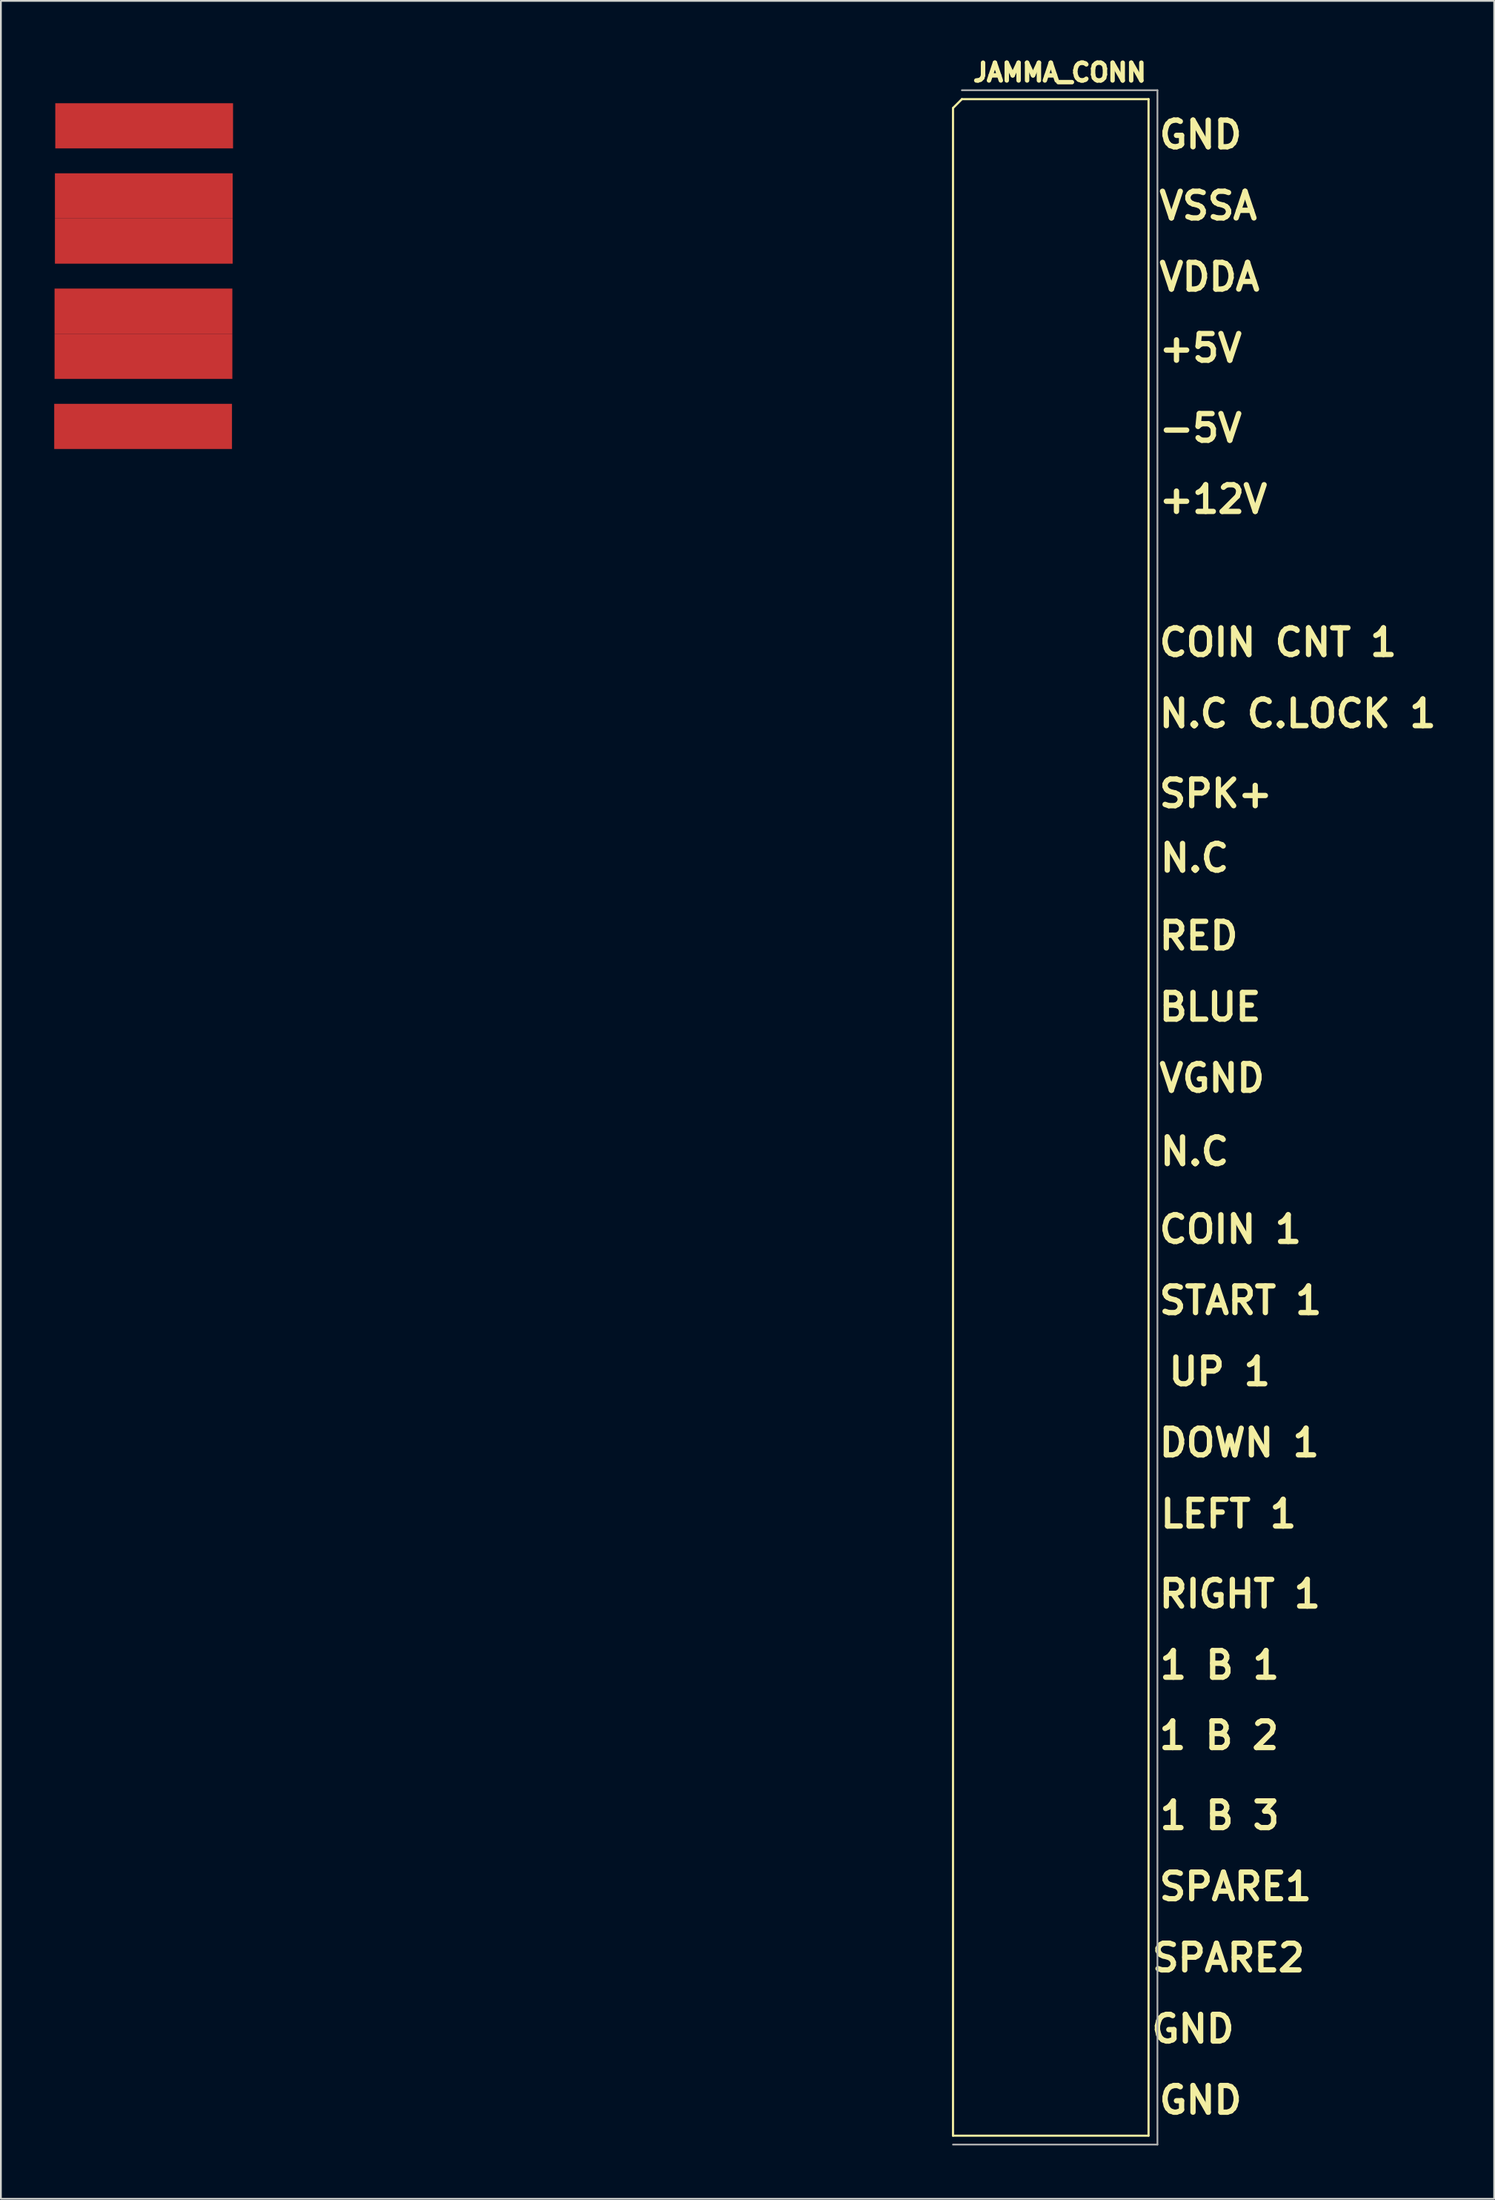
<source format=kicad_pcb>
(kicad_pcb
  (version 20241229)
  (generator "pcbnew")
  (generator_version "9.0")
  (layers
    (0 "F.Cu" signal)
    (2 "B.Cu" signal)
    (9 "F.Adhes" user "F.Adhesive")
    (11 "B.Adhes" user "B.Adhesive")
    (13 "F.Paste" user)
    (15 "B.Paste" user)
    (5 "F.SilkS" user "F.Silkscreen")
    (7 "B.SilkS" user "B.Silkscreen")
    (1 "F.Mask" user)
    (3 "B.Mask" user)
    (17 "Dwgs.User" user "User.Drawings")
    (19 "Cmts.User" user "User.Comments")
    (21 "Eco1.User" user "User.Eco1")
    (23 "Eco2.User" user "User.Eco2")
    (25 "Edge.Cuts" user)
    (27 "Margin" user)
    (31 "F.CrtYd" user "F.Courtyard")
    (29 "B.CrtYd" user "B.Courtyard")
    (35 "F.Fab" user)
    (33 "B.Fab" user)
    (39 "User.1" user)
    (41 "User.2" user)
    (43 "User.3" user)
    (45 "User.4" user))
  (footprint "JAMMA_CONN"
    (layer "F.Cu")
    (at 56.06 59.024)
    (property "Reference" "JAMMA_CONN" (at 0.5 -58 0) (layer "F.SilkS") (effects (font (size 1 1) (thickness 0.25))))
    (attr through_hole)
    (fp_line (start -5.5 -56) (end -5.5 58) (stroke (width 0.12) (type default)) (layer "F.SilkS"))
    (fp_line (start -5.5 -56) (end -5 -56.5) (stroke (width 0.12) (type default)) (layer "F.SilkS"))
    (fp_line (start -5.5 58) (end 5.5 58) (stroke (width 0.12) (type default)) (layer "F.SilkS"))
    (fp_line (start 5.5 -56.5) (end -5 -56.5) (stroke (width 0.12) (type default)) (layer "F.SilkS"))
    (fp_line (start 5.5 58) (end 5.5 -56.5) (stroke (width 0.12) (type default)) (layer "F.SilkS"))
    (fp_line (start -5 -57) (end 6 -57) (stroke (width 0.1) (type default)) (layer "F.Fab"))
    (fp_line (start 6 -57) (end 6 58.5) (stroke (width 0.1) (type default)) (layer "F.Fab"))
    (fp_line (start 6 58.5) (end -5.5 58.5) (stroke (width 0.1) (type default)) (layer "F.Fab"))
    (fp_text user "VGND" (at 9.071 -1.455 0) (layer "F.SilkS") (effects (font (size 1.5 1.5) (thickness 0.3))))
    (fp_text user "N.C C.LOCK 1" (at 13.893 -21.955 0) (layer "F.SilkS") (effects (font (size 1.5 1.5) (thickness 0.3))))
    (fp_text user "1 B 3" (at 9.5 40 0) (layer "F.SilkS") (effects (font (size 1.5 1.5) (thickness 0.3))))
    (fp_text user "GND" (at 8 52 0) (layer "F.SilkS") (effects (font (size 1.5 1.5) (thickness 0.3))))
    (fp_text user "SPARE1" (at 10.393 44 0) (layer "F.SilkS") (effects (font (size 1.5 1.5) (thickness 0.3))))
    (fp_text user "N.C" (at 6 -12.955 0) (unlocked yes) (layer "F.SilkS") (effects (font (size 1.5 1.5) (thickness 0.3) (bold yes)) (justify left bottom)))
    (fp_text user "RED" (at 8.321 -9.455 0) (layer "F.SilkS") (effects (font (size 1.5 1.5) (thickness 0.3))))
    (fp_text user "GND" (at 8.429 56 0) (layer "F.SilkS") (effects (font (size 1.5 1.5) (thickness 0.3))))
    (fp_text user "COIN CNT 1" (at 12.786 -25.955 0) (layer "F.SilkS") (effects (font (size 1.5 1.5) (thickness 0.3))))
    (fp_text user "VDDA" (at 8.929 -46.5 0) (layer "F.SilkS") (effects (font (size 1.5 1.5) (thickness 0.3))))
    (fp_text user "BLUE" (at 8.964 -5.455 0) (layer "F.SilkS") (effects (font (size 1.5 1.5) (thickness 0.3))))
    (fp_text user "RIGHT 1" (at 10.643 27.545 0) (layer "F.SilkS") (effects (font (size 1.5 1.5) (thickness 0.3))))
    (fp_text user "LEFT 1" (at 10 23.045 0) (layer "F.SilkS") (effects (font (size 1.5 1.5) (thickness 0.3))))
    (fp_text user "VSSA" (at 8.857 -50.5 0) (layer "F.SilkS") (effects (font (size 1.5 1.5) (thickness 0.3))))
    (fp_text user "1 B 1" (at 9.5 31.545 0) (layer "F.SilkS") (effects (font (size 1.5 1.5) (thickness 0.3))))
    (fp_text user "GND" (at 8.429 -54.5 0) (layer "F.SilkS") (effects (font (size 1.5 1.5) (thickness 0.3))))
    (fp_text user "-5V" (at 8.429 -38 0) (layer "F.SilkS") (effects (font (size 1.5 1.5) (thickness 0.3))))
    (fp_text user "DOWN 1" (at 10.607 19.045 0) (layer "F.SilkS") (effects (font (size 1.5 1.5) (thickness 0.3))))
    (fp_text user "SPK+" (at 9.286 -17.455 0) (layer "F.SilkS") (effects (font (size 1.5 1.5) (thickness 0.3))))
    (fp_text user "SPARE2" (at 10 48 0) (layer "F.SilkS") (effects (font (size 1.5 1.5) (thickness 0.3))))
    (fp_text user "1 B 2" (at 9.464 35.5 0) (layer "F.SilkS") (effects (font (size 1.5 1.5) (thickness 0.3))))
    (fp_text user "N.C" (at 6 3.545 0) (unlocked yes) (layer "F.SilkS") (effects (font (size 1.5 1.5) (thickness 0.3) (bold yes)) (justify left bottom)))
    (fp_text user "+5V" (at 8.429 -42.5 0) (layer "F.SilkS") (effects (font (size 1.5 1.5) (thickness 0.3))))
    (fp_text user "COIN 1" (at 10.107 7.045 0) (layer "F.SilkS") (effects (font (size 1.5 1.5) (thickness 0.3))))
    (fp_text user "START 1" (at 10.679 11.045 0) (layer "F.SilkS") (effects (font (size 1.5 1.5) (thickness 0.3))))
    (fp_text user "+12V" (at 9.143 -34 0) (layer "F.SilkS") (effects (font (size 1.5 1.5) (thickness 0.3))))
    (fp_text user "UP 1" (at 9.5 15.045 0) (layer "F.SilkS") (effects (font (size 1.5 1.5) (thickness 0.3))))
    (pad "1" connect rect (at -51.04 -42.04 90) (size 2.54 10) (layers "F.Cu" "F.Mask"))
    (pad "1" connect rect (at -51.02 -48.52 90) (size 2.54 10) (layers "F.Cu" "F.Mask"))
    (pad "1" connect rect (at -51 -55 90) (size 2.54 10) (layers "F.Cu" "F.Mask"))
    (pad "2" connect rect (at -51.06 -38.1 90) (size 2.54 10) (layers "F.Cu" "F.Mask"))
    (pad "2" connect rect (at -51.04 -44.58 90) (size 2.54 10) (layers "F.Cu" "F.Mask"))
    (pad "2" connect rect (at -51.02 -51.06 90) (size 2.54 10) (layers "F.Cu" "F.Mask")))
  (gr_rect
    (start -3 -3)
    (end 81.003 120.574)
    (stroke (width 0.1) (type default))
    (fill no)
    (layer "Edge.Cuts")))
</source>
